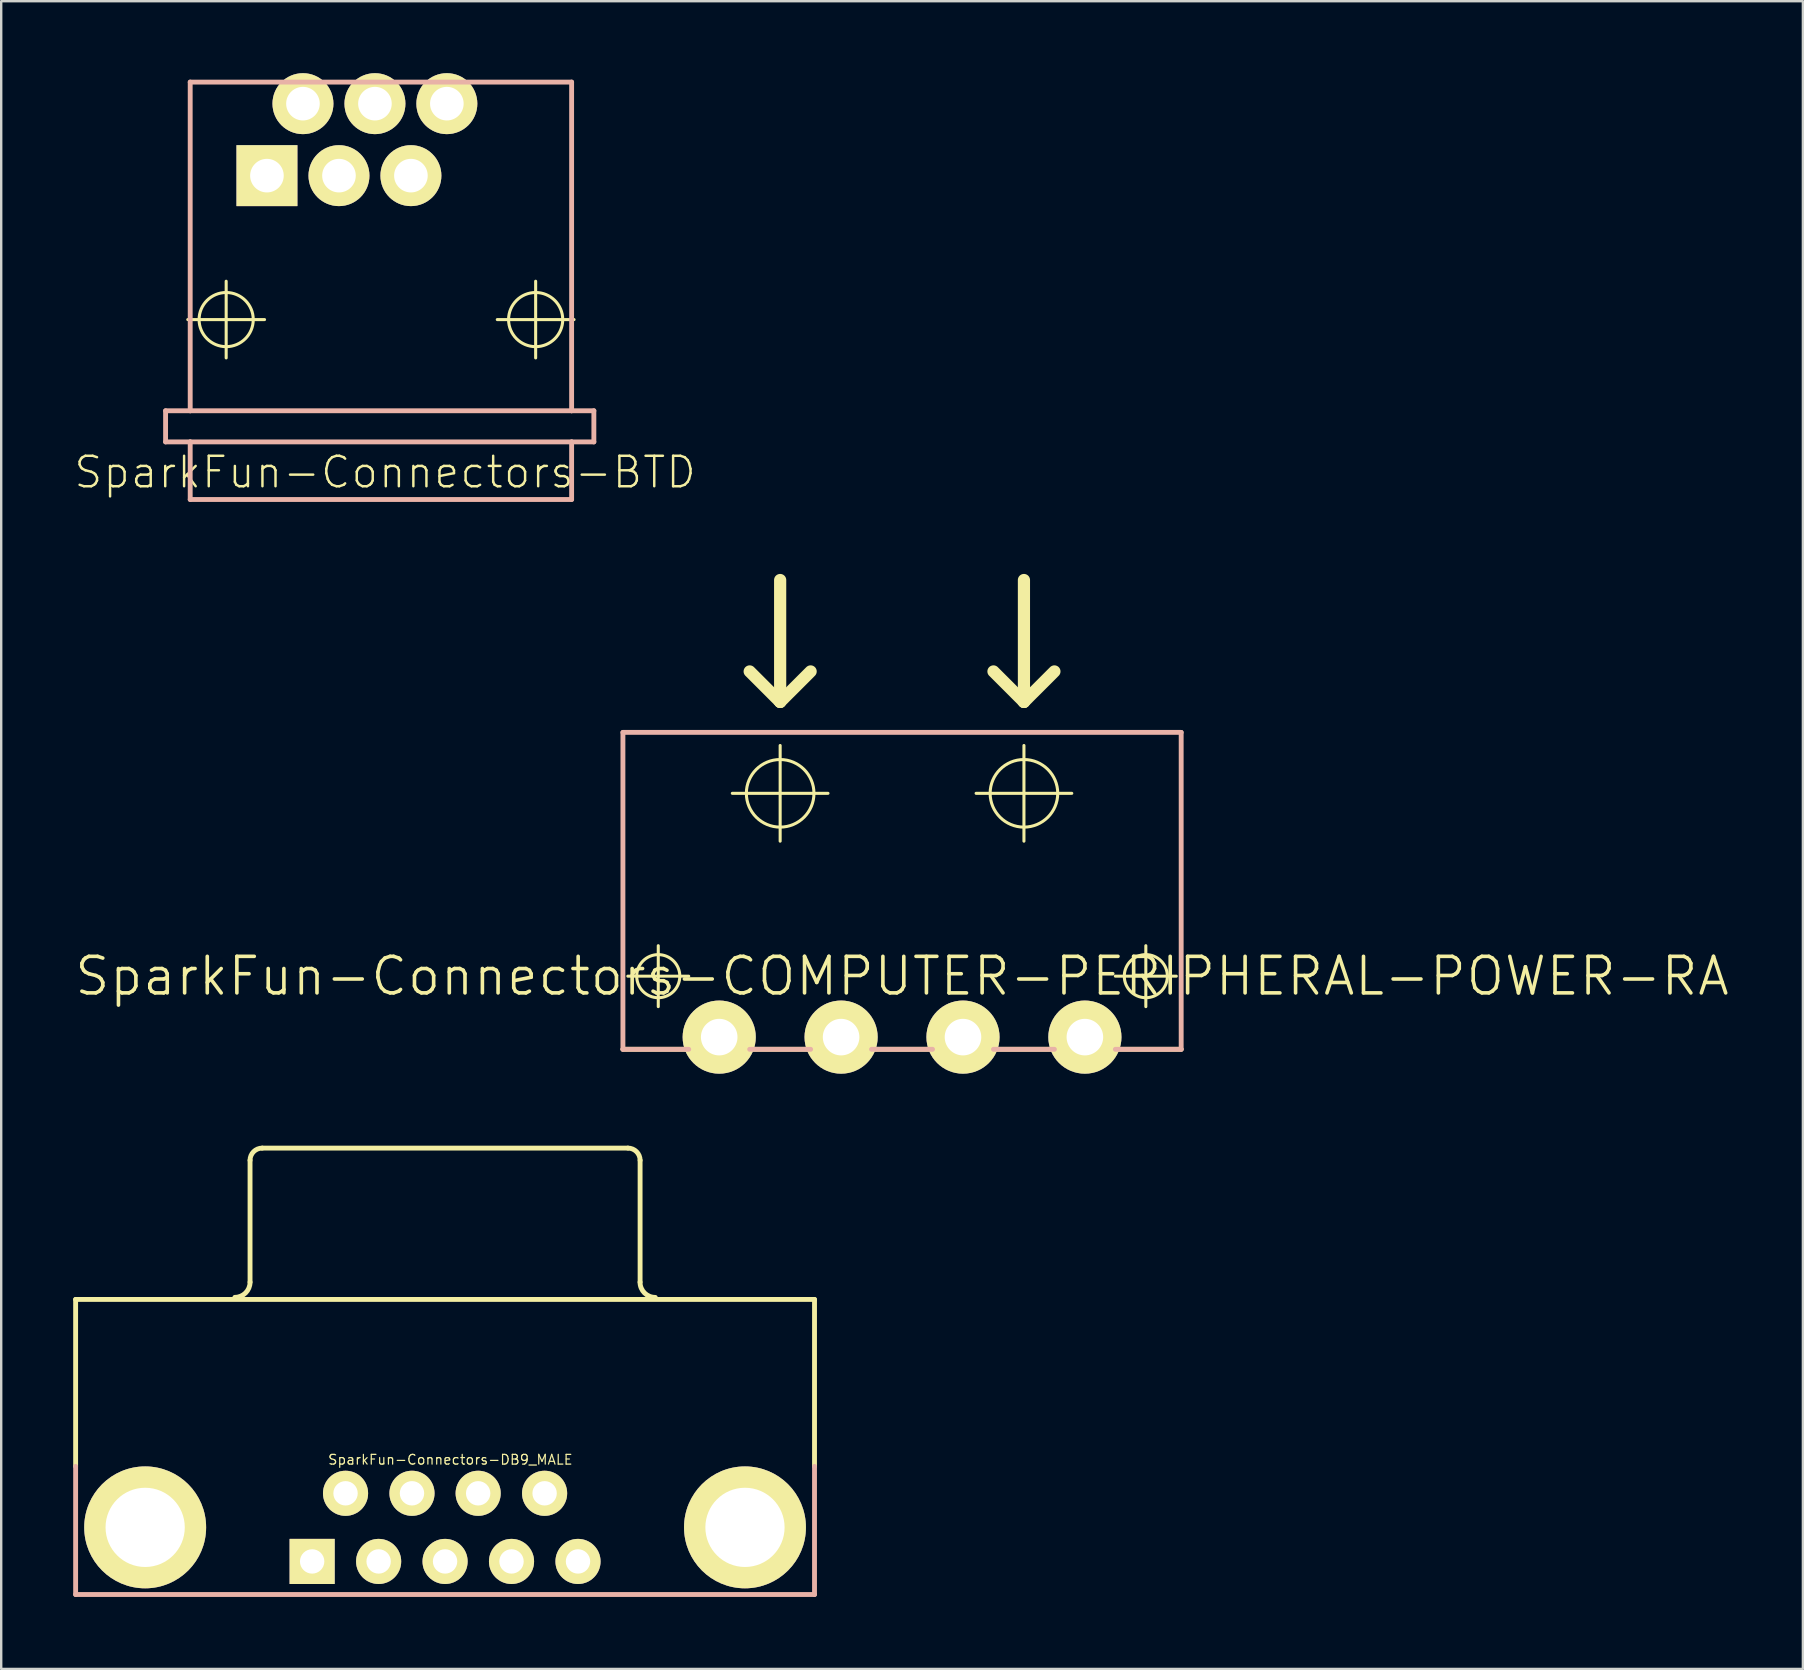
<source format=kicad_pcb>
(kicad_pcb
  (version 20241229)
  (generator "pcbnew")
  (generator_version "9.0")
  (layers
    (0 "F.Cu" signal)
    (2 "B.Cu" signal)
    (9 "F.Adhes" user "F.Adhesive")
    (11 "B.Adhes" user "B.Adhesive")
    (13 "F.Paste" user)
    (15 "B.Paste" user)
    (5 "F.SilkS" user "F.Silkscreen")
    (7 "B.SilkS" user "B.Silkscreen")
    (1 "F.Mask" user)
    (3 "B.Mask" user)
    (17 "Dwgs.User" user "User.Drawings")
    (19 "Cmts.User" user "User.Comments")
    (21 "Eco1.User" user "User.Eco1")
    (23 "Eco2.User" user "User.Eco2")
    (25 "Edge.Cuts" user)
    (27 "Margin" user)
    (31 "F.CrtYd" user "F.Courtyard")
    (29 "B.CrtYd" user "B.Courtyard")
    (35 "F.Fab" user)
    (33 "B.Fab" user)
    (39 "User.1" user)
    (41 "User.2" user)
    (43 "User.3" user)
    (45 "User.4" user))
  (footprint "SparkFun-Connectors-DB9_MALE"
    (layer "F.Cu")
    (at 15.499 60.605)
    (property "Reference" "SparkFun-Connectors-DB9_MALE" (at 0.221 -2.822 0) (layer "F.SilkS") (effects (font (size 0.406 0.406) (thickness 0.051))))
    (attr exclude_from_pos_files exclude_from_bom)
    (fp_line (start -15.397 -9.5) (end 15.397 -9.5) (stroke (width 0.203) (type solid)) (layer "F.SilkS"))
    (fp_line (start -15.397 -2.543) (end -15.397 -9.5) (stroke (width 0.203) (type solid)) (layer "F.SilkS"))
    (fp_line (start -8.128 -10.218) (end -8.128 -15.298) (stroke (width 0.203) (type solid)) (layer "F.SilkS"))
    (fp_line (start -7.62 -15.806) (end 7.62 -15.806) (stroke (width 0.203) (type solid)) (layer "F.SilkS"))
    (fp_line (start 8.128 -10.218) (end 8.128 -15.298) (stroke (width 0.203) (type solid)) (layer "F.SilkS"))
    (fp_line (start 15.397 -2.54) (end 15.397 -9.5) (stroke (width 0.203) (type solid)) (layer "F.SilkS"))
    (fp_arc (start -8.128 -15.29842) (mid -7.97921 -15.65763) (end -7.62 -15.80642) (stroke (width 0.2032) (type solid)) (layer "F.SilkS"))
    (fp_arc (start -8.128 -10.21842) (mid -8.313243 -9.771203) (end -8.76046 -9.58596) (stroke (width 0.2032) (type solid)) (layer "F.SilkS"))
    (fp_arc (start 7.62 -15.80642) (mid 7.97921 -15.65763) (end 8.128 -15.29842) (stroke (width 0.2032) (type solid)) (layer "F.SilkS"))
    (fp_arc (start 8.76046 -9.58342) (mid 8.311447 -9.769407) (end 8.12546 -10.21842) (stroke (width 0.2032) (type solid)) (layer "F.SilkS"))
    (fp_line (start -15.397 2.799) (end -15.397 -2.54) (stroke (width 0.203) (type solid)) (layer "B.SilkS"))
    (fp_line (start -15.397 2.799) (end 15.397 2.799) (stroke (width 0.203) (type solid)) (layer "B.SilkS"))
    (fp_line (start 15.397 2.799) (end 15.397 -2.54) (stroke (width 0.203) (type solid)) (layer "B.SilkS"))
    (pad "1" thru_hole circle (at 5.54 1.42) (size 1.88 1.88) (drill 1.016) (layers "*.Cu" "F.Mask" "F.SilkS" "F.Paste"))
    (pad "2" thru_hole circle (at 2.769 1.42) (size 1.88 1.88) (drill 1.016) (layers "*.Cu" "F.Mask" "F.SilkS" "F.Paste"))
    (pad "3" thru_hole circle (at 0 1.42) (size 1.88 1.88) (drill 1.016) (layers "*.Cu" "F.Mask" "F.SilkS" "F.Paste"))
    (pad "4" thru_hole circle (at -2.769 1.42) (size 1.88 1.88) (drill 1.016) (layers "*.Cu" "F.Mask" "F.SilkS" "F.Paste"))
    (pad "5" thru_hole rect (at -5.54 1.42) (size 1.88 1.88) (drill 1.016) (layers "*.Cu" "F.Mask" "F.SilkS" "F.Paste"))
    (pad "6" thru_hole circle (at 4.148 -1.42) (size 1.88 1.88) (drill 1.016) (layers "*.Cu" "F.Mask" "F.SilkS" "F.Paste"))
    (pad "7" thru_hole circle (at 1.379 -1.42) (size 1.88 1.88) (drill 1.016) (layers "*.Cu" "F.Mask" "F.SilkS" "F.Paste"))
    (pad "8" thru_hole circle (at -1.379 -1.42) (size 1.88 1.88) (drill 1.016) (layers "*.Cu" "F.Mask" "F.SilkS" "F.Paste"))
    (pad "9" thru_hole circle (at -4.148 -1.42) (size 1.88 1.88) (drill 1.016) (layers "*.Cu" "F.Mask" "F.SilkS" "F.Paste"))
    (pad "G1" thru_hole circle (at -12.499 0) (size 5.08 5.08) (drill 3.302) (layers "*.Cu" "F.Mask" "F.SilkS" "F.Paste"))
    (pad "G2" thru_hole circle (at 12.499 0) (size 5.08 5.08) (drill 3.302) (layers "*.Cu" "F.Mask" "F.SilkS" "F.Paste")))
  (footprint "SparkFun-Connectors-COMPUTER-PERIPHERAL-POWER-RA"
    (layer "F.Cu")
    (at 34.544 37.633)
    (property "Reference" "SparkFun-Connectors-COMPUTER-PERIPHERAL-POWER-RA" (at 0 0 0) (layer "F.SilkS") (effects (font (size 1.524 1.524) (thickness 0.15))))
    (attr exclude_from_pos_files exclude_from_bom)
    (fp_line (start -11.43 0) (end -8.89 0) (stroke (width 0.127) (type solid)) (layer "F.SilkS"))
    (fp_line (start -10.16 1.27) (end -10.16 -1.27) (stroke (width 0.127) (type solid)) (layer "F.SilkS"))
    (fp_line (start -7.074 -7.62) (end -3.086 -7.62) (stroke (width 0.127) (type solid)) (layer "F.SilkS"))
    (fp_line (start -5.08 -16.51) (end -5.08 -11.43) (stroke (width 0.508) (type solid)) (layer "F.SilkS"))
    (fp_line (start -5.08 -11.43) (end -6.35 -12.7) (stroke (width 0.508) (type solid)) (layer "F.SilkS"))
    (fp_line (start -5.08 -11.43) (end -3.81 -12.7) (stroke (width 0.508) (type solid)) (layer "F.SilkS"))
    (fp_line (start -5.08 -5.626) (end -5.08 -9.614) (stroke (width 0.127) (type solid)) (layer "F.SilkS"))
    (fp_line (start 3.086 -7.62) (end 7.074 -7.62) (stroke (width 0.127) (type solid)) (layer "F.SilkS"))
    (fp_line (start 5.08 -16.51) (end 5.08 -11.43) (stroke (width 0.508) (type solid)) (layer "F.SilkS"))
    (fp_line (start 5.08 -11.43) (end 3.81 -12.7) (stroke (width 0.508) (type solid)) (layer "F.SilkS"))
    (fp_line (start 5.08 -11.43) (end 6.35 -12.7) (stroke (width 0.508) (type solid)) (layer "F.SilkS"))
    (fp_line (start 5.08 -5.626) (end 5.08 -9.614) (stroke (width 0.127) (type solid)) (layer "F.SilkS"))
    (fp_line (start 8.89 0) (end 11.43 0) (stroke (width 0.127) (type solid)) (layer "F.SilkS"))
    (fp_line (start 10.16 1.27) (end 10.16 -1.27) (stroke (width 0.127) (type solid)) (layer "F.SilkS"))
    (fp_line (start 11.633 3.048) (end -11.633 3.048) (stroke (width 0.203) (type solid)) (layer "F.SilkS"))
    (fp_circle (center -10.16 0) (end -10.795 0.635) (stroke (width 0.127) (type solid)) (fill no) (layer "F.SilkS"))
    (fp_circle (center -5.08 -7.62) (end -6.076 -8.616) (stroke (width 0.127) (type solid)) (fill no) (layer "F.SilkS"))
    (fp_circle (center 5.08 -7.62) (end 6.076 -8.616) (stroke (width 0.127) (type solid)) (fill no) (layer "F.SilkS"))
    (fp_circle (center 10.16 0) (end 10.795 0.635) (stroke (width 0.127) (type solid)) (fill no) (layer "F.SilkS"))
    (fp_line (start -11.633 -10.16) (end 11.633 -10.16) (stroke (width 0.203) (type solid)) (layer "B.SilkS"))
    (fp_line (start -11.633 3.048) (end -11.633 -10.16) (stroke (width 0.203) (type solid)) (layer "B.SilkS"))
    (fp_line (start -11.633 3.048) (end -8.89 3.048) (stroke (width 0.203) (type solid)) (layer "B.SilkS"))
    (fp_line (start -6.35 3.048) (end -3.81 3.048) (stroke (width 0.203) (type solid)) (layer "B.SilkS"))
    (fp_line (start -1.27 3.048) (end 1.27 3.048) (stroke (width 0.203) (type solid)) (layer "B.SilkS"))
    (fp_line (start 3.81 3.048) (end 6.35 3.048) (stroke (width 0.203) (type solid)) (layer "B.SilkS"))
    (fp_line (start 11.633 -10.16) (end 11.633 3.048) (stroke (width 0.203) (type solid)) (layer "B.SilkS"))
    (fp_line (start 11.633 3.048) (end 8.89 3.048) (stroke (width 0.203) (type solid)) (layer "B.SilkS"))
    (pad "5V" thru_hole circle (at -7.62 2.54) (size 3.048 3.048) (drill 1.524) (layers "*.Cu" "F.Mask" "F.SilkS" "F.Paste"))
    (pad "12V" thru_hole circle (at 7.62 2.54) (size 3.048 3.048) (drill 1.524) (layers "*.Cu" "F.Mask" "F.SilkS" "F.Paste"))
    (pad "GND" thru_hole circle (at -2.54 2.54) (size 3.048 3.048) (drill 1.524) (layers "*.Cu" "F.Mask" "F.SilkS" "F.Paste"))
    (pad "NC" thru_hole circle (at 2.54 2.54) (size 3.048 3.048) (drill 1.524) (layers "*.Cu" "F.Mask" "F.SilkS" "F.Paste")))
  (footprint "SparkFun-Connectors-BTD"
    (layer "F.Cu")
    (at 12.825 10.269)
    (property "Reference" "SparkFun-Connectors-BTD" (at 0.173 6.363 0) (layer "F.SilkS") (effects (font (size 1.27 1.27) (thickness 0.102))))
    (attr exclude_from_pos_files exclude_from_bom)
    (fp_line (start -8.049 0) (end -4.849 0) (stroke (width 0.127) (type solid)) (layer "F.SilkS"))
    (fp_line (start -6.449 1.598) (end -6.449 -1.598) (stroke (width 0.127) (type solid)) (layer "F.SilkS"))
    (fp_line (start 4.849 0) (end 8.049 0) (stroke (width 0.127) (type solid)) (layer "F.SilkS"))
    (fp_line (start 6.449 1.598) (end 6.449 -1.598) (stroke (width 0.127) (type solid)) (layer "F.SilkS"))
    (fp_circle (center -6.449 0) (end -7.247 0.798) (stroke (width 0.127) (type solid)) (fill no) (layer "F.SilkS"))
    (fp_circle (center 6.449 0) (end 7.247 0.798) (stroke (width 0.127) (type solid)) (fill no) (layer "F.SilkS"))
    (fp_line (start -8.974 3.8) (end -8.974 5.098) (stroke (width 0.203) (type solid)) (layer "B.SilkS"))
    (fp_line (start -8.974 3.8) (end -7.948 3.8) (stroke (width 0.203) (type solid)) (layer "B.SilkS"))
    (fp_line (start -8.974 5.098) (end -7.948 5.098) (stroke (width 0.203) (type solid)) (layer "B.SilkS"))
    (fp_line (start -7.948 -9.898) (end 7.948 -9.898) (stroke (width 0.203) (type solid)) (layer "B.SilkS"))
    (fp_line (start -7.948 3.8) (end -7.948 -9.898) (stroke (width 0.203) (type solid)) (layer "B.SilkS"))
    (fp_line (start -7.948 3.8) (end 7.948 3.8) (stroke (width 0.203) (type solid)) (layer "B.SilkS"))
    (fp_line (start -7.948 5.098) (end 7.948 5.098) (stroke (width 0.203) (type solid)) (layer "B.SilkS"))
    (fp_line (start -7.948 7.498) (end -7.948 5.098) (stroke (width 0.203) (type solid)) (layer "B.SilkS"))
    (fp_line (start -7.948 7.498) (end 7.948 7.498) (stroke (width 0.203) (type solid)) (layer "B.SilkS"))
    (fp_line (start 7.948 3.8) (end 7.948 -9.898) (stroke (width 0.203) (type solid)) (layer "B.SilkS"))
    (fp_line (start 7.948 3.8) (end 8.875 3.8) (stroke (width 0.203) (type solid)) (layer "B.SilkS"))
    (fp_line (start 7.948 5.098) (end 8.875 5.098) (stroke (width 0.203) (type solid)) (layer "B.SilkS"))
    (fp_line (start 7.948 7.498) (end 7.948 5.098) (stroke (width 0.203) (type solid)) (layer "B.SilkS"))
    (fp_line (start 8.875 3.8) (end 8.875 5.098) (stroke (width 0.203) (type solid)) (layer "B.SilkS"))
    (pad "1" thru_hole rect (at -4.75 -5.999) (size 2.54 2.54) (drill 1.4) (layers "*.Cu" "F.Mask" "F.SilkS" "F.Paste"))
    (pad "2" thru_hole circle (at -3.249 -8.999) (size 2.54 2.54) (drill 1.4) (layers "*.Cu" "F.Mask" "F.SilkS" "F.Paste"))
    (pad "3" thru_hole circle (at -1.748 -5.999) (size 2.54 2.54) (drill 1.4) (layers "*.Cu" "F.Mask" "F.SilkS" "F.Paste"))
    (pad "4" thru_hole circle (at -0.249 -8.999) (size 2.54 2.54) (drill 1.4) (layers "*.Cu" "F.Mask" "F.SilkS" "F.Paste"))
    (pad "5" thru_hole circle (at 1.25 -5.999) (size 2.54 2.54) (drill 1.4) (layers "*.Cu" "F.Mask" "F.SilkS" "F.Paste"))
    (pad "6" thru_hole circle (at 2.748 -8.999) (size 2.54 2.54) (drill 1.4) (layers "*.Cu" "F.Mask" "F.SilkS" "F.Paste")))
  (gr_rect
    (start -3 -3)
    (end 72.088 66.506)
    (stroke (width 0.1) (type default))
    (fill no)
    (layer "Edge.Cuts")))
</source>
